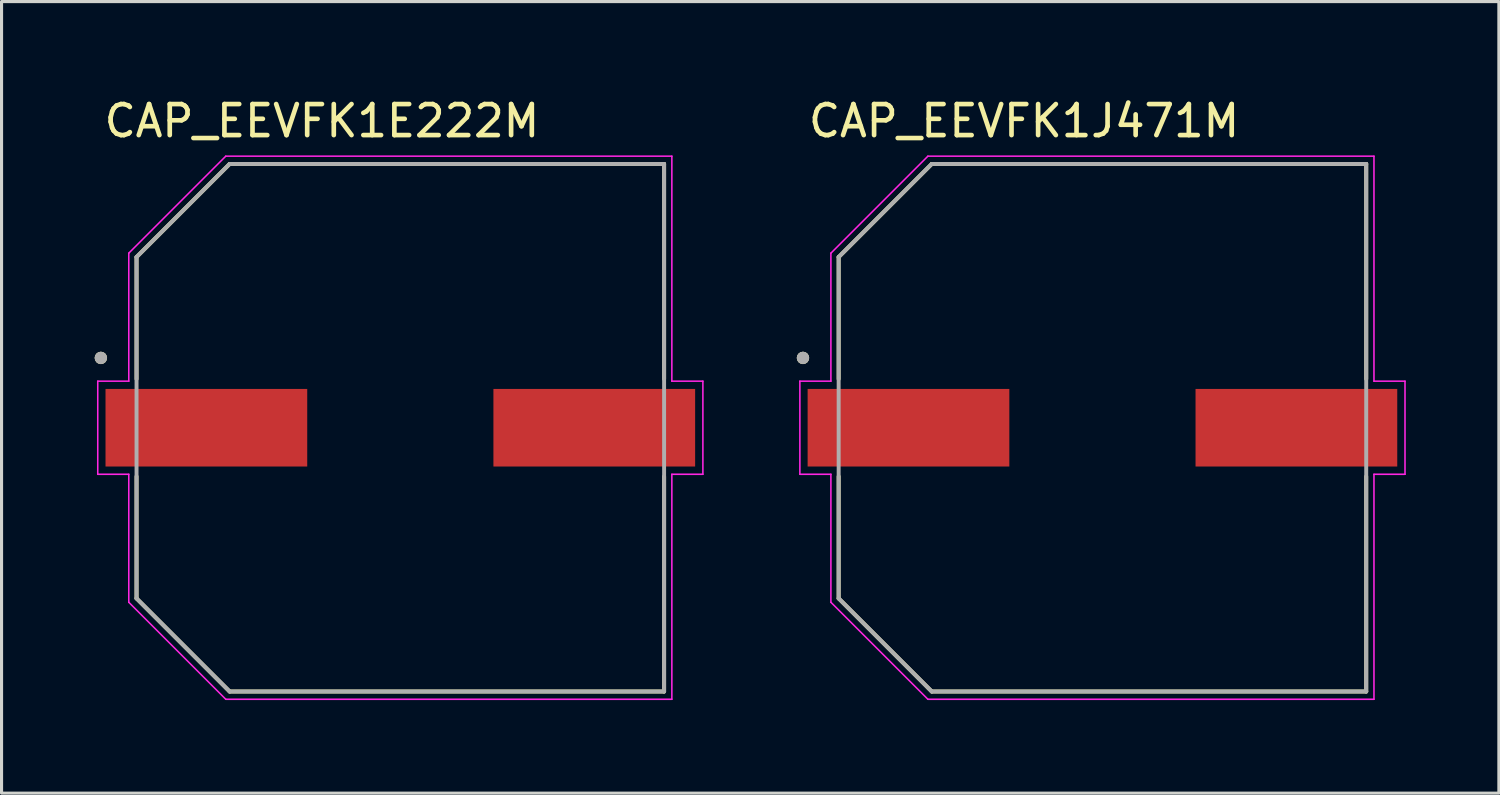
<source format=kicad_pcb>
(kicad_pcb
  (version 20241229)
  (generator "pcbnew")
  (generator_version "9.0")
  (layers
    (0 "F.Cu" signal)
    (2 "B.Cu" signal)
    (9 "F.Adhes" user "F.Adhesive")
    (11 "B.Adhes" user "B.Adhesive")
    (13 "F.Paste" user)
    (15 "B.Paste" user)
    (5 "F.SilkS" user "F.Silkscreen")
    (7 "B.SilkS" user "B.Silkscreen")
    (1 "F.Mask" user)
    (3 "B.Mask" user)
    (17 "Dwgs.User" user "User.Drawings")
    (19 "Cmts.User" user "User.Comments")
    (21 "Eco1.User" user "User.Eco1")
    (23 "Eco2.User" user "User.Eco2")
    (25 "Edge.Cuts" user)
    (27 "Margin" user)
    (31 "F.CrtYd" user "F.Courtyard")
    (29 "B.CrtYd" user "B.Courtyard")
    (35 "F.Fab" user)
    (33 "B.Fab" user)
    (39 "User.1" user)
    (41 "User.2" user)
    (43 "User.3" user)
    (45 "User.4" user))
  (footprint "CAP_EEVFK1E222M"
    (layer "F.Cu")
    (at 9.85 10.733)
    (property "Reference" "CAP_EEVFK1E222M" (at -2.525 -9.885 0) (layer "F.SilkS") (effects (font (size 1 1) (thickness 0.15))))
    (attr smd)
    (fp_line (start -8.5 -5.5) (end -8.5 -1.57) (stroke (width 0.127) (type solid)) (layer "F.SilkS"))
    (fp_line (start -8.5 1.57) (end -8.5 5.5) (stroke (width 0.127) (type solid)) (layer "F.SilkS"))
    (fp_line (start -8.5 5.5) (end -5.5 8.5) (stroke (width 0.127) (type solid)) (layer "F.SilkS"))
    (fp_line (start -5.5 -8.5) (end -8.5 -5.5) (stroke (width 0.127) (type solid)) (layer "F.SilkS"))
    (fp_line (start -5.5 8.5) (end 8.5 8.5) (stroke (width 0.127) (type solid)) (layer "F.SilkS"))
    (fp_line (start 8.5 -8.5) (end -5.5 -8.5) (stroke (width 0.127) (type solid)) (layer "F.SilkS"))
    (fp_line (start 8.5 -1.57) (end 8.5 -8.5) (stroke (width 0.127) (type solid)) (layer "F.SilkS"))
    (fp_line (start 8.5 8.5) (end 8.5 1.57) (stroke (width 0.127) (type solid)) (layer "F.SilkS"))
    (fp_circle (center -9.65 -2.25) (end -9.55 -2.25) (stroke (width 0.2) (type solid)) (fill no) (layer "F.SilkS"))
    (fp_line (start -9.75 -1.5) (end -8.75 -1.5) (stroke (width 0.05) (type solid)) (layer "F.CrtYd"))
    (fp_line (start -9.75 1.5) (end -9.75 -1.5) (stroke (width 0.05) (type solid)) (layer "F.CrtYd"))
    (fp_line (start -8.75 -5.625) (end -5.625 -8.75) (stroke (width 0.05) (type solid)) (layer "F.CrtYd"))
    (fp_line (start -8.75 -1.5) (end -8.75 -5.625) (stroke (width 0.05) (type solid)) (layer "F.CrtYd"))
    (fp_line (start -8.75 1.5) (end -9.75 1.5) (stroke (width 0.05) (type solid)) (layer "F.CrtYd"))
    (fp_line (start -8.75 5.625) (end -8.75 1.5) (stroke (width 0.05) (type solid)) (layer "F.CrtYd"))
    (fp_line (start -5.625 -8.75) (end 8.75 -8.75) (stroke (width 0.05) (type solid)) (layer "F.CrtYd"))
    (fp_line (start -5.625 8.75) (end -8.75 5.625) (stroke (width 0.05) (type solid)) (layer "F.CrtYd"))
    (fp_line (start 8.75 -8.75) (end 8.75 -1.5) (stroke (width 0.05) (type solid)) (layer "F.CrtYd"))
    (fp_line (start 8.75 -1.5) (end 9.75 -1.5) (stroke (width 0.05) (type solid)) (layer "F.CrtYd"))
    (fp_line (start 8.75 1.5) (end 8.75 8.75) (stroke (width 0.05) (type solid)) (layer "F.CrtYd"))
    (fp_line (start 8.75 8.75) (end -5.625 8.75) (stroke (width 0.05) (type solid)) (layer "F.CrtYd"))
    (fp_line (start 9.75 -1.5) (end 9.75 1.5) (stroke (width 0.05) (type solid)) (layer "F.CrtYd"))
    (fp_line (start 9.75 1.5) (end 8.75 1.5) (stroke (width 0.05) (type solid)) (layer "F.CrtYd"))
    (fp_line (start -8.5 -5.5) (end -8.5 5.5) (stroke (width 0.127) (type solid)) (layer "F.Fab"))
    (fp_line (start -8.5 5.5) (end -5.5 8.5) (stroke (width 0.127) (type solid)) (layer "F.Fab"))
    (fp_line (start -5.5 -8.5) (end -8.5 -5.5) (stroke (width 0.127) (type solid)) (layer "F.Fab"))
    (fp_line (start -5.5 8.5) (end 8.5 8.5) (stroke (width 0.127) (type solid)) (layer "F.Fab"))
    (fp_line (start 8.5 -8.5) (end -5.5 -8.5) (stroke (width 0.127) (type solid)) (layer "F.Fab"))
    (fp_line (start 8.5 8.5) (end 8.5 -8.5) (stroke (width 0.127) (type solid)) (layer "F.Fab"))
    (fp_circle (center -9.65 -2.25) (end -9.55 -2.25) (stroke (width 0.2) (type solid)) (fill no) (layer "F.Fab"))
    (pad "1" smd rect (at -6.25 0) (size 6.5 2.5) (layers "F.Cu" "F.Mask" "F.Paste"))
    (pad "2" smd rect (at 6.25 0) (size 6.5 2.5) (layers "F.Cu" "F.Mask" "F.Paste")))
  (footprint "CAP_EEVFK1J471M"
    (layer "F.Cu")
    (at 32.475 10.733)
    (property "Reference" "CAP_EEVFK1J471M" (at -2.525 -9.885 0) (layer "F.SilkS") (effects (font (size 1 1) (thickness 0.15))))
    (attr smd)
    (fp_line (start -8.5 -5.5) (end -8.5 -1.57) (stroke (width 0.127) (type solid)) (layer "F.SilkS"))
    (fp_line (start -8.5 1.57) (end -8.5 5.5) (stroke (width 0.127) (type solid)) (layer "F.SilkS"))
    (fp_line (start -8.5 5.5) (end -5.5 8.5) (stroke (width 0.127) (type solid)) (layer "F.SilkS"))
    (fp_line (start -5.5 -8.5) (end -8.5 -5.5) (stroke (width 0.127) (type solid)) (layer "F.SilkS"))
    (fp_line (start -5.5 8.5) (end 8.5 8.5) (stroke (width 0.127) (type solid)) (layer "F.SilkS"))
    (fp_line (start 8.5 -8.5) (end -5.5 -8.5) (stroke (width 0.127) (type solid)) (layer "F.SilkS"))
    (fp_line (start 8.5 -1.57) (end 8.5 -8.5) (stroke (width 0.127) (type solid)) (layer "F.SilkS"))
    (fp_line (start 8.5 8.5) (end 8.5 1.57) (stroke (width 0.127) (type solid)) (layer "F.SilkS"))
    (fp_circle (center -9.65 -2.25) (end -9.55 -2.25) (stroke (width 0.2) (type solid)) (fill no) (layer "F.SilkS"))
    (fp_line (start -9.75 -1.5) (end -8.75 -1.5) (stroke (width 0.05) (type solid)) (layer "F.CrtYd"))
    (fp_line (start -9.75 1.5) (end -9.75 -1.5) (stroke (width 0.05) (type solid)) (layer "F.CrtYd"))
    (fp_line (start -8.75 -5.625) (end -5.625 -8.75) (stroke (width 0.05) (type solid)) (layer "F.CrtYd"))
    (fp_line (start -8.75 -1.5) (end -8.75 -5.625) (stroke (width 0.05) (type solid)) (layer "F.CrtYd"))
    (fp_line (start -8.75 1.5) (end -9.75 1.5) (stroke (width 0.05) (type solid)) (layer "F.CrtYd"))
    (fp_line (start -8.75 5.625) (end -8.75 1.5) (stroke (width 0.05) (type solid)) (layer "F.CrtYd"))
    (fp_line (start -5.625 -8.75) (end 8.75 -8.75) (stroke (width 0.05) (type solid)) (layer "F.CrtYd"))
    (fp_line (start -5.625 8.75) (end -8.75 5.625) (stroke (width 0.05) (type solid)) (layer "F.CrtYd"))
    (fp_line (start 8.75 -8.75) (end 8.75 -1.5) (stroke (width 0.05) (type solid)) (layer "F.CrtYd"))
    (fp_line (start 8.75 -1.5) (end 9.75 -1.5) (stroke (width 0.05) (type solid)) (layer "F.CrtYd"))
    (fp_line (start 8.75 1.5) (end 8.75 8.75) (stroke (width 0.05) (type solid)) (layer "F.CrtYd"))
    (fp_line (start 8.75 8.75) (end -5.625 8.75) (stroke (width 0.05) (type solid)) (layer "F.CrtYd"))
    (fp_line (start 9.75 -1.5) (end 9.75 1.5) (stroke (width 0.05) (type solid)) (layer "F.CrtYd"))
    (fp_line (start 9.75 1.5) (end 8.75 1.5) (stroke (width 0.05) (type solid)) (layer "F.CrtYd"))
    (fp_line (start -8.5 -5.5) (end -8.5 5.5) (stroke (width 0.127) (type solid)) (layer "F.Fab"))
    (fp_line (start -8.5 5.5) (end -5.5 8.5) (stroke (width 0.127) (type solid)) (layer "F.Fab"))
    (fp_line (start -5.5 -8.5) (end -8.5 -5.5) (stroke (width 0.127) (type solid)) (layer "F.Fab"))
    (fp_line (start -5.5 8.5) (end 8.5 8.5) (stroke (width 0.127) (type solid)) (layer "F.Fab"))
    (fp_line (start 8.5 -8.5) (end -5.5 -8.5) (stroke (width 0.127) (type solid)) (layer "F.Fab"))
    (fp_line (start 8.5 8.5) (end 8.5 -8.5) (stroke (width 0.127) (type solid)) (layer "F.Fab"))
    (fp_circle (center -9.65 -2.25) (end -9.55 -2.25) (stroke (width 0.2) (type solid)) (fill no) (layer "F.Fab"))
    (pad "1" smd rect (at -6.25 0) (size 6.5 2.5) (layers "F.Cu" "F.Mask" "F.Paste"))
    (pad "2" smd rect (at 6.25 0) (size 6.5 2.5) (layers "F.Cu" "F.Mask" "F.Paste")))
  (gr_rect
    (start -3 -3)
    (end 45.25 22.508)
    (stroke (width 0.1) (type default))
    (fill no)
    (layer "Edge.Cuts")))
</source>
